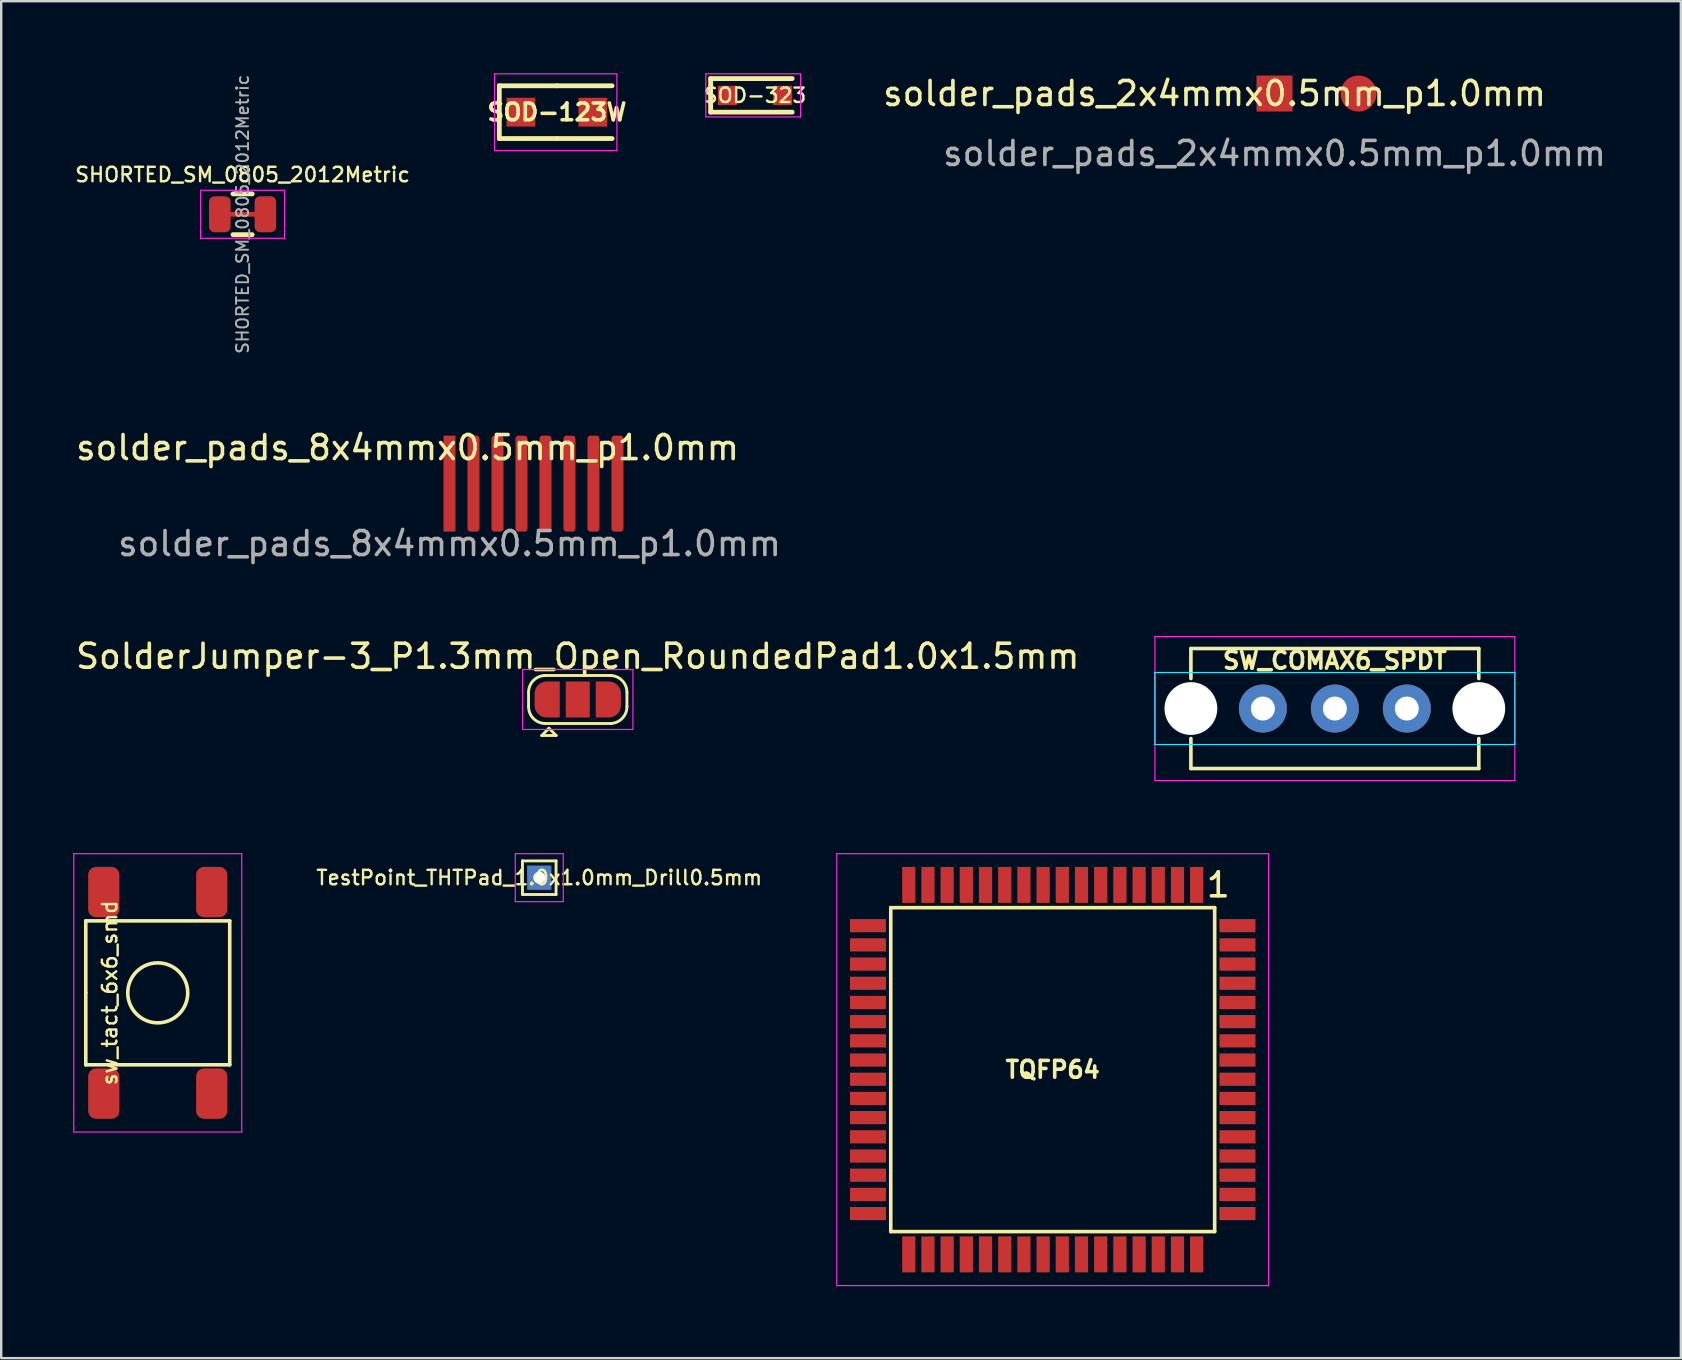
<source format=kicad_pcb>
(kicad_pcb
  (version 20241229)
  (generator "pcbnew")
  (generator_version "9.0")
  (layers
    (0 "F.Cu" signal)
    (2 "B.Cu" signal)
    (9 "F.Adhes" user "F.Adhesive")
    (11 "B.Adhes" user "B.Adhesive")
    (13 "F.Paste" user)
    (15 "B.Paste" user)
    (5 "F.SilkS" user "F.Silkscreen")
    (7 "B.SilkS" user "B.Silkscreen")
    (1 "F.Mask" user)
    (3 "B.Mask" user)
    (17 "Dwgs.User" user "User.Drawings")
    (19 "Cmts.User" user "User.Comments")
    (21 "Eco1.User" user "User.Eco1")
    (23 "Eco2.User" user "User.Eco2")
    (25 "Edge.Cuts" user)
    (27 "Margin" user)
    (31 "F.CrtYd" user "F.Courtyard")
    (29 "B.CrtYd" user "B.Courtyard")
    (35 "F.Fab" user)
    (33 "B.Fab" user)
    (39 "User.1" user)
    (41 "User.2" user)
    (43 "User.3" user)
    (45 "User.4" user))
  (footprint "SOD-323"
    (layer "F.Cu")
    (at 28.418 0.925)
    (property "Reference" "SOD-323" (at 0 0 0) (layer "F.SilkS") (effects (font (size 0.6 0.6) (thickness 0.1))))
    (attr smd)
    (fp_line (start -1.85 -0.7) (end -1.85 0.7) (stroke (width 0.2) (type solid)) (layer "F.SilkS"))
    (fp_line (start -1.85 -0.7) (end 1.55 -0.7) (stroke (width 0.2) (type solid)) (layer "F.SilkS"))
    (fp_line (start -1.85 0.7) (end 1.55 0.7) (stroke (width 0.2) (type solid)) (layer "F.SilkS"))
    (fp_line (start -2.05 -0.9) (end -2.05 0.9) (stroke (width 0.05) (type solid)) (layer "F.CrtYd"))
    (fp_line (start -2.05 -0.9) (end 1.9 -0.9) (stroke (width 0.05) (type solid)) (layer "F.CrtYd"))
    (fp_line (start -2.05 0.9) (end 1.9 0.9) (stroke (width 0.05) (type solid)) (layer "F.CrtYd"))
    (fp_line (start 1.9 -0.9) (end 1.9 0.9) (stroke (width 0.05) (type solid)) (layer "F.CrtYd"))
    (pad "1" smd rect (at -1.15 0) (size 0.8 0.8) (layers "F.Cu" "F.Mask"))
    (pad "2" smd rect (at 1.15 0) (size 0.8 0.8) (layers "F.Cu" "F.Mask")))
  (footprint "SW_COMAX6_SPDT"
    (layer "F.Cu")
    (at 52.585 26.481)
    (property "Reference" "SW_COMAX6_SPDT" (at 0 -2 0) (layer "F.SilkS") (effects (font (size 0.7 0.7) (thickness 0.15))))
    (attr through_hole)
    (fp_line (start -6 -2.5) (end -6 -1.25) (stroke (width 0.15) (type solid)) (layer "F.SilkS"))
    (fp_line (start -6 -2.5) (end 6 -2.5) (stroke (width 0.15) (type solid)) (layer "F.SilkS"))
    (fp_line (start -6 2.5) (end -6 1.25) (stroke (width 0.15) (type solid)) (layer "F.SilkS"))
    (fp_line (start 6 -2.5) (end 6 -1.25) (stroke (width 0.15) (type solid)) (layer "F.SilkS"))
    (fp_line (start 6 2.5) (end -6 2.5) (stroke (width 0.15) (type solid)) (layer "F.SilkS"))
    (fp_line (start 6 2.5) (end 6 1.25) (stroke (width 0.15) (type solid)) (layer "F.SilkS"))
    (fp_line (start -7.5 -1.5) (end -7.5 1.5) (stroke (width 0.05) (type solid)) (layer "B.CrtYd"))
    (fp_line (start -7.5 -1.5) (end 7.5 -1.5) (stroke (width 0.05) (type solid)) (layer "B.CrtYd"))
    (fp_line (start -7.5 1.5) (end 7.5 1.5) (stroke (width 0.05) (type solid)) (layer "B.CrtYd"))
    (fp_line (start 7.5 -1.5) (end 7.5 1.5) (stroke (width 0.05) (type solid)) (layer "B.CrtYd"))
    (fp_line (start -7.5 -3) (end -7.5 3) (stroke (width 0.05) (type solid)) (layer "F.CrtYd"))
    (fp_line (start -7.5 -3) (end 7.5 -3) (stroke (width 0.05) (type solid)) (layer "F.CrtYd"))
    (fp_line (start -7.5 3) (end 7.5 3) (stroke (width 0.05) (type solid)) (layer "F.CrtYd"))
    (fp_line (start 7.5 -3) (end 7.5 3) (stroke (width 0.05) (type solid)) (layer "F.CrtYd"))
    (pad "" np_thru_hole circle (at -6 0) (size 2.2 2.2) (drill 2.2) (layers "*.Cu" "*.Mask"))
    (pad "" np_thru_hole circle (at 6 0) (size 2.2 2.2) (drill 2.2) (layers "*.Cu" "*.Mask"))
    (pad "1" thru_hole circle (at -3 0) (size 2 2) (drill 1) (layers "*.Cu" "*.Mask"))
    (pad "2" thru_hole circle (at 0 0) (size 2 2) (drill 1) (layers "*.Cu" "*.Mask"))
    (pad "3" thru_hole circle (at 3 0) (size 2 2) (drill 1) (layers "*.Cu" "*.Mask")))
  (footprint "solder_pads_8x4mmx0.5mm_p1.0mm"
    (layer "F.Cu")
    (at 15.685 17.107)
    (property "Reference" "solder_pads_8x4mmx0.5mm_p1.0mm" (at -1.75 -1.5 0) (unlocked yes) (layer "F.SilkS") (effects (font (size 1 1) (thickness 0.15))))
    (attr smd)
    (fp_text user "${REFERENCE}" (at 0 2.5 0) (unlocked yes) (layer "F.Fab") (effects (font (size 1 1) (thickness 0.15))))
    (pad "1" smd rect (at 0 0 90) (size 4 0.5) (layers "F.Cu" "F.Mask" "F.Paste"))
    (pad "2" smd roundrect (at 1 0 90) (size 4 0.5) (layers "F.Cu" "F.Mask" "F.Paste") (roundrect_rratio 0.25))
    (pad "3" smd roundrect (at 2 0 90) (size 4 0.5) (layers "F.Cu" "F.Mask" "F.Paste") (roundrect_rratio 0.25))
    (pad "4" smd roundrect (at 3 0 90) (size 4 0.5) (layers "F.Cu" "F.Mask" "F.Paste") (roundrect_rratio 0.25))
    (pad "5" smd roundrect (at 4 0 90) (size 4 0.5) (layers "F.Cu" "F.Mask" "F.Paste") (roundrect_rratio 0.25))
    (pad "6" smd roundrect (at 5 0 90) (size 4 0.5) (layers "F.Cu" "F.Mask" "F.Paste") (roundrect_rratio 0.25))
    (pad "7" smd roundrect (at 6 0 90) (size 4 0.5) (layers "F.Cu" "F.Mask" "F.Paste") (roundrect_rratio 0.25))
    (pad "8" smd roundrect (at 7 0 90) (size 4 0.5) (layers "F.Cu" "F.Mask" "F.Paste") (roundrect_rratio 0.25)))
  (footprint "SOD-123W"
    (layer "F.Cu")
    (at 20.161 1.625)
    (property "Reference" "SOD-123W" (at 0 0 0) (layer "F.SilkS") (effects (font (size 0.7 0.7) (thickness 0.15))))
    (attr smd)
    (fp_line (start -2.4 -1.1) (end -2.4 1.1) (stroke (width 0.2) (type solid)) (layer "F.SilkS"))
    (fp_line (start -2.4 -1.1) (end 0 -1.1) (stroke (width 0.2) (type solid)) (layer "F.SilkS"))
    (fp_line (start -2.4 1.1) (end 0 1.1) (stroke (width 0.2) (type solid)) (layer "F.SilkS"))
    (fp_line (start 0 -1.1) (end 2.3 -1.1) (stroke (width 0.2) (type solid)) (layer "F.SilkS"))
    (fp_line (start 0 1.1) (end 2.3 1.1) (stroke (width 0.2) (type solid)) (layer "F.SilkS"))
    (fp_line (start -2.6 -1.6) (end -2.6 1.6) (stroke (width 0.05) (type solid)) (layer "F.CrtYd"))
    (fp_line (start -2.6 -1.6) (end 2.5 -1.6) (stroke (width 0.05) (type solid)) (layer "F.CrtYd"))
    (fp_line (start -2.6 1.6) (end 2.5 1.6) (stroke (width 0.05) (type solid)) (layer "F.CrtYd"))
    (fp_line (start 2.5 -1.6) (end 2.5 1.6) (stroke (width 0.05) (type solid)) (layer "F.CrtYd"))
    (pad "1" smd rect (at -1.5 0) (size 1.2 1.2) (layers "F.Cu" "F.Mask"))
    (pad "2" smd rect (at 1.5 0) (size 1.2 1.2) (layers "F.Cu" "F.Mask")))
  (footprint "solder_pads_2x4mmx0.5mm_p1.0mm"
    (layer "F.Cu")
    (at 50.071 0.848)
    (property "Reference" "solder_pads_2x4mmx0.5mm_p1.0mm" (at -2.5 0 0) (unlocked yes) (layer "F.SilkS") (effects (font (size 1 1) (thickness 0.15))))
    (attr smd)
    (fp_text user "${REFERENCE}" (at 0 2.5 0) (unlocked yes) (layer "F.Fab") (effects (font (size 1 1) (thickness 0.15))))
    (pad "1" smd rect (at 0 0 90) (size 1.5 1.5) (layers "F.Cu" "F.Mask" "F.Paste"))
    (pad "2" smd circle (at 3.5 0 90) (size 1.5 1.5) (layers "F.Cu" "F.Mask" "F.Paste")))
  (footprint "SHORTED_SM_0805_2012Metric"
    (layer "F.Cu")
    (at 7.061 5.88)
    (property "Reference" "SHORTED_SM_0805_2012Metric" (at 0 -1.65 0) (layer "F.SilkS") (effects (font (size 0.6 0.6) (thickness 0.1))))
    (attr smd)
    (fp_line (start 1 0) (end -1 0) (stroke (width 0.2) (type solid)) (layer "F.Cu"))
    (fp_line (start -0.4 -0.85) (end 0.4 -0.85) (stroke (width 0.2) (type solid)) (layer "F.SilkS"))
    (fp_line (start -0.4 0.85) (end 0.4 0.85) (stroke (width 0.2) (type solid)) (layer "F.SilkS"))
    (fp_line (start -1.75 -1) (end 1.75 -1) (stroke (width 0.05) (type solid)) (layer "F.CrtYd"))
    (fp_line (start -1.75 1) (end -1.75 -1) (stroke (width 0.05) (type solid)) (layer "F.CrtYd"))
    (fp_line (start 1.75 -1) (end 1.75 1) (stroke (width 0.05) (type solid)) (layer "F.CrtYd"))
    (fp_line (start 1.75 1) (end -1.75 1) (stroke (width 0.05) (type solid)) (layer "F.CrtYd"))
    (fp_text user "${REFERENCE}" (at 0 0 90) (layer "F.Fab") (effects (font (size 0.5 0.5) (thickness 0.08))))
    (pad "1" smd roundrect (at -0.95 0) (size 0.9 1.5) (layers "F.Cu" "F.Mask" "F.Paste") (roundrect_rratio 0.25))
    (pad "2" smd roundrect (at 0.95 0) (size 0.9 1.5) (layers "F.Cu" "F.Mask" "F.Paste") (roundrect_rratio 0.25)))
  (footprint "TQFP64"
    (layer "F.Cu")
    (at 40.826 41.531)
    (property "Reference" "TQFP64" (at 0 0 0) (layer "F.SilkS") (effects (font (size 0.7 0.7) (thickness 0.15))))
    (attr through_hole)
    (fp_line (start -6.75 -6.75) (end -6.75 6.75) (stroke (width 0.15) (type solid)) (layer "F.SilkS"))
    (fp_line (start -6.75 6.75) (end 6.75 6.75) (stroke (width 0.15) (type solid)) (layer "F.SilkS"))
    (fp_line (start 6.75 -6.75) (end -6.75 -6.75) (stroke (width 0.15) (type solid)) (layer "F.SilkS"))
    (fp_line (start 6.75 6.75) (end 6.75 -6.75) (stroke (width 0.15) (type solid)) (layer "F.SilkS"))
    (fp_line (start -9 -9) (end 9 -9) (stroke (width 0.05) (type solid)) (layer "F.CrtYd"))
    (fp_line (start -9 9) (end -9 -9) (stroke (width 0.05) (type solid)) (layer "F.CrtYd"))
    (fp_line (start 9 -9) (end 9 9) (stroke (width 0.05) (type solid)) (layer "F.CrtYd"))
    (fp_line (start 9 9) (end -9 9) (stroke (width 0.05) (type solid)) (layer "F.CrtYd"))
    (fp_text user "1" (at 6.9 -7.7 180) (layer "F.SilkS") (effects (font (size 1 1) (thickness 0.15))))
    (pad "1" smd rect (at 6 -7.7) (size 0.55 1.5) (layers "F.Cu" "F.Mask"))
    (pad "2" smd rect (at 5.2 -7.7) (size 0.55 1.5) (layers "F.Cu" "F.Mask"))
    (pad "3" smd rect (at 4.4 -7.7) (size 0.55 1.5) (layers "F.Cu" "F.Mask"))
    (pad "4" smd rect (at 3.6 -7.7) (size 0.55 1.5) (layers "F.Cu" "F.Mask"))
    (pad "5" smd rect (at 2.8 -7.7) (size 0.55 1.5) (layers "F.Cu" "F.Mask"))
    (pad "6" smd rect (at 2 -7.7) (size 0.55 1.5) (layers "F.Cu" "F.Mask"))
    (pad "7" smd rect (at 1.2 -7.7) (size 0.55 1.5) (layers "F.Cu" "F.Mask"))
    (pad "8" smd rect (at 0.4 -7.7) (size 0.55 1.5) (layers "F.Cu" "F.Mask"))
    (pad "9" smd rect (at -0.4 -7.7) (size 0.55 1.5) (layers "F.Cu" "F.Mask"))
    (pad "10" smd rect (at -1.2 -7.7) (size 0.55 1.5) (layers "F.Cu" "F.Mask"))
    (pad "11" smd rect (at -2 -7.7) (size 0.55 1.5) (layers "F.Cu" "F.Mask"))
    (pad "12" smd rect (at -2.8 -7.7) (size 0.55 1.5) (layers "F.Cu" "F.Mask"))
    (pad "13" smd rect (at -3.6 -7.7) (size 0.55 1.5) (layers "F.Cu" "F.Mask"))
    (pad "14" smd rect (at -4.4 -7.7) (size 0.55 1.5) (layers "F.Cu" "F.Mask"))
    (pad "15" smd rect (at -5.2 -7.7) (size 0.55 1.5) (layers "F.Cu" "F.Mask"))
    (pad "16" smd rect (at -6 -7.7) (size 0.55 1.5) (layers "F.Cu" "F.Mask"))
    (pad "17" smd rect (at -7.7 -6 270) (size 0.55 1.5) (layers "F.Cu" "F.Mask"))
    (pad "18" smd rect (at -7.7 -5.2 270) (size 0.55 1.5) (layers "F.Cu" "F.Mask"))
    (pad "19" smd rect (at -7.7 -4.4 270) (size 0.55 1.5) (layers "F.Cu" "F.Mask"))
    (pad "20" smd rect (at -7.7 -3.6 270) (size 0.55 1.5) (layers "F.Cu" "F.Mask"))
    (pad "21" smd rect (at -7.7 -2.8 270) (size 0.55 1.5) (layers "F.Cu" "F.Mask"))
    (pad "22" smd rect (at -7.7 -2 270) (size 0.55 1.5) (layers "F.Cu" "F.Mask"))
    (pad "23" smd rect (at -7.7 -1.2 270) (size 0.55 1.5) (layers "F.Cu" "F.Mask"))
    (pad "24" smd rect (at -7.7 -0.4 270) (size 0.55 1.5) (layers "F.Cu" "F.Mask"))
    (pad "25" smd rect (at -7.7 0.4 270) (size 0.55 1.5) (layers "F.Cu" "F.Mask"))
    (pad "26" smd rect (at -7.7 1.2 270) (size 0.55 1.5) (layers "F.Cu" "F.Mask"))
    (pad "27" smd rect (at -7.7 2 270) (size 0.55 1.5) (layers "F.Cu" "F.Mask"))
    (pad "28" smd rect (at -7.7 2.8 270) (size 0.55 1.5) (layers "F.Cu" "F.Mask"))
    (pad "29" smd rect (at -7.7 3.6 270) (size 0.55 1.5) (layers "F.Cu" "F.Mask"))
    (pad "30" smd rect (at -7.7 4.4 270) (size 0.55 1.5) (layers "F.Cu" "F.Mask"))
    (pad "31" smd rect (at -7.7 5.2 270) (size 0.55 1.5) (layers "F.Cu" "F.Mask"))
    (pad "32" smd rect (at -7.7 6 270) (size 0.55 1.5) (layers "F.Cu" "F.Mask"))
    (pad "33" smd rect (at -6 7.7 180) (size 0.55 1.5) (layers "F.Cu" "F.Mask"))
    (pad "34" smd rect (at -5.2 7.7 180) (size 0.55 1.5) (layers "F.Cu" "F.Mask"))
    (pad "35" smd rect (at -4.4 7.7 180) (size 0.55 1.5) (layers "F.Cu" "F.Mask"))
    (pad "36" smd rect (at -3.6 7.7 180) (size 0.55 1.5) (layers "F.Cu" "F.Mask"))
    (pad "37" smd rect (at -2.8 7.7 180) (size 0.55 1.5) (layers "F.Cu" "F.Mask"))
    (pad "38" smd rect (at -2 7.7 180) (size 0.55 1.5) (layers "F.Cu" "F.Mask"))
    (pad "39" smd rect (at -1.2 7.7 180) (size 0.55 1.5) (layers "F.Cu" "F.Mask"))
    (pad "40" smd rect (at -0.4 7.7 180) (size 0.55 1.5) (layers "F.Cu" "F.Mask"))
    (pad "41" smd rect (at 0.4 7.7 180) (size 0.55 1.5) (layers "F.Cu" "F.Mask"))
    (pad "42" smd rect (at 1.2 7.7 180) (size 0.55 1.5) (layers "F.Cu" "F.Mask"))
    (pad "43" smd rect (at 2 7.7 180) (size 0.55 1.5) (layers "F.Cu" "F.Mask"))
    (pad "44" smd rect (at 2.8 7.7 180) (size 0.55 1.5) (layers "F.Cu" "F.Mask"))
    (pad "45" smd rect (at 3.6 7.7 180) (size 0.55 1.5) (layers "F.Cu" "F.Mask"))
    (pad "46" smd rect (at 4.4 7.7 180) (size 0.55 1.5) (layers "F.Cu" "F.Mask"))
    (pad "47" smd rect (at 5.2 7.7 180) (size 0.55 1.5) (layers "F.Cu" "F.Mask"))
    (pad "48" smd rect (at 6 7.7 180) (size 0.55 1.5) (layers "F.Cu" "F.Mask"))
    (pad "49" smd rect (at 7.7 6 270) (size 0.55 1.5) (layers "F.Cu" "F.Mask"))
    (pad "50" smd rect (at 7.7 5.2 270) (size 0.55 1.5) (layers "F.Cu" "F.Mask"))
    (pad "51" smd rect (at 7.7 4.4 270) (size 0.55 1.5) (layers "F.Cu" "F.Mask"))
    (pad "52" smd rect (at 7.7 3.6 270) (size 0.55 1.5) (layers "F.Cu" "F.Mask"))
    (pad "53" smd rect (at 7.7 2.8 270) (size 0.55 1.5) (layers "F.Cu" "F.Mask"))
    (pad "54" smd rect (at 7.7 2 270) (size 0.55 1.5) (layers "F.Cu" "F.Mask"))
    (pad "55" smd rect (at 7.7 1.2 270) (size 0.55 1.5) (layers "F.Cu" "F.Mask"))
    (pad "56" smd rect (at 7.7 0.4 270) (size 0.55 1.5) (layers "F.Cu" "F.Mask"))
    (pad "57" smd rect (at 7.7 -0.4 270) (size 0.55 1.5) (layers "F.Cu" "F.Mask"))
    (pad "58" smd rect (at 7.7 -1.2 270) (size 0.55 1.5) (layers "F.Cu" "F.Mask"))
    (pad "59" smd rect (at 7.7 -2 270) (size 0.55 1.5) (layers "F.Cu" "F.Mask"))
    (pad "60" smd rect (at 7.7 -2.8 270) (size 0.55 1.5) (layers "F.Cu" "F.Mask"))
    (pad "61" smd rect (at 7.7 -3.6 270) (size 0.55 1.5) (layers "F.Cu" "F.Mask"))
    (pad "62" smd rect (at 7.7 -4.4 270) (size 0.55 1.5) (layers "F.Cu" "F.Mask"))
    (pad "63" smd rect (at 7.7 -5.2 270) (size 0.55 1.5) (layers "F.Cu" "F.Mask"))
    (pad "64" smd rect (at 7.7 -6 270) (size 0.55 1.5) (layers "F.Cu" "F.Mask")))
  (footprint "TestPoint_THTPad_1.0x1.0mm_Drill0.5mm"
    (layer "F.Cu")
    (at 19.426 33.531)
    (property "Reference" "TestPoint_THTPad_1.0x1.0mm_Drill0.5mm" (at 0 0 0) (layer "F.SilkS") (effects (font (size 0.6 0.6) (thickness 0.1))))
    (attr exclude_from_pos_files exclude_from_bom)
    (fp_line (start -0.7 -0.7) (end 0.7 -0.7) (stroke (width 0.12) (type solid)) (layer "F.SilkS"))
    (fp_line (start -0.7 0.7) (end -0.7 -0.7) (stroke (width 0.12) (type solid)) (layer "F.SilkS"))
    (fp_line (start 0.7 -0.7) (end 0.7 0.7) (stroke (width 0.12) (type solid)) (layer "F.SilkS"))
    (fp_line (start 0.7 0.7) (end -0.7 0.7) (stroke (width 0.12) (type solid)) (layer "F.SilkS"))
    (fp_line (start -1 -1) (end -1 1) (stroke (width 0.05) (type solid)) (layer "F.CrtYd"))
    (fp_line (start -1 -1) (end 1 -1) (stroke (width 0.05) (type solid)) (layer "F.CrtYd"))
    (fp_line (start 1 1) (end -1 1) (stroke (width 0.05) (type solid)) (layer "F.CrtYd"))
    (fp_line (start 1 1) (end 1 -1) (stroke (width 0.05) (type solid)) (layer "F.CrtYd"))
    (pad "1" thru_hole rect (at 0 0) (size 1 1) (drill 0.5) (layers "*.Cu" "*.Mask")))
  (footprint "SolderJumper-3_P1.3mm_Open_RoundedPad1.0x1.5mm"
    (layer "F.Cu")
    (at 21.03 26.104)
    (property "Reference" "SolderJumper-3_P1.3mm_Open_RoundedPad1.0x1.5mm" (at 0 -1.8 0) (layer "F.SilkS") (effects (font (size 1 1) (thickness 0.15))))
    (attr exclude_from_pos_files exclude_from_bom)
    (fp_line (start -2.05 0.3) (end -2.05 -0.3) (stroke (width 0.12) (type solid)) (layer "F.SilkS"))
    (fp_line (start -1.5 1.5) (end -0.9 1.5) (stroke (width 0.12) (type solid)) (layer "F.SilkS"))
    (fp_line (start -1.4 -1) (end 1.4 -1) (stroke (width 0.12) (type solid)) (layer "F.SilkS"))
    (fp_line (start -1.2 1.2) (end -1.5 1.5) (stroke (width 0.12) (type solid)) (layer "F.SilkS"))
    (fp_line (start -1.2 1.2) (end -0.9 1.5) (stroke (width 0.12) (type solid)) (layer "F.SilkS"))
    (fp_line (start 1.4 1) (end -1.4 1) (stroke (width 0.12) (type solid)) (layer "F.SilkS"))
    (fp_line (start 2.05 -0.3) (end 2.05 0.3) (stroke (width 0.12) (type solid)) (layer "F.SilkS"))
    (fp_arc (start -2.05 -0.3) (mid -1.844975 -0.794975) (end -1.35 -1) (stroke (width 0.12) (type solid)) (layer "F.SilkS"))
    (fp_arc (start -1.35 1) (mid -1.844975 0.794975) (end -2.05 0.3) (stroke (width 0.12) (type solid)) (layer "F.SilkS"))
    (fp_arc (start 1.35 -1) (mid 1.844975 -0.794975) (end 2.05 -0.3) (stroke (width 0.12) (type solid)) (layer "F.SilkS"))
    (fp_arc (start 2.05 0.3) (mid 1.844975 0.794975) (end 1.35 1) (stroke (width 0.12) (type solid)) (layer "F.SilkS"))
    (fp_line (start -2.3 -1.25) (end -2.3 1.25) (stroke (width 0.05) (type solid)) (layer "F.CrtYd"))
    (fp_line (start -2.3 -1.25) (end 2.3 -1.25) (stroke (width 0.05) (type solid)) (layer "F.CrtYd"))
    (fp_line (start 2.3 1.25) (end -2.3 1.25) (stroke (width 0.05) (type solid)) (layer "F.CrtYd"))
    (fp_line (start 2.3 1.25) (end 2.3 -1.25) (stroke (width 0.05) (type solid)) (layer "F.CrtYd"))
    (pad "1" smd custom (at -1.3 0) (size 1 0.5) (layers "F.Cu" "F.Mask") (options (anchor rect)) (primitives (gr_circle (center 0 0.25) (end 0.5 0.25) (width 0) (fill yes)) (gr_circle (center 0 -0.25) (end 0.5 -0.25) (width 0) (fill yes)) (gr_poly (pts (xy 0.55 -0.75) (xy 0 -0.75) (xy 0 0.75) (xy 0.55 0.75)) (width 0) (fill yes))))
    (pad "2" smd rect (at 0 0) (size 1 1.5) (layers "F.Cu" "F.Mask"))
    (pad "3" smd custom (at 1.3 0) (size 1 0.5) (layers "F.Cu" "F.Mask") (options (anchor rect)) (primitives (gr_circle (center 0 0.25) (end 0.5 0.25) (width 0) (fill yes)) (gr_circle (center 0 -0.25) (end 0.5 -0.25) (width 0) (fill yes)) (gr_poly (pts (xy -0.55 -0.75) (xy 0 -0.75) (xy 0 0.75) (xy -0.55 0.75)) (width 0) (fill yes)))))
  (footprint "sw_tact_6x6_smd"
    (layer "F.Cu")
    (at 3.525 38.331)
    (property "Reference" "sw_tact_6x6_smd" (at -2 0 270) (layer "F.SilkS") (effects (font (size 0.6 0.6) (thickness 0.1))))
    (attr through_hole)
    (fp_line (start -3 -3) (end 3 -3) (stroke (width 0.15) (type solid)) (layer "F.SilkS"))
    (fp_line (start -3 0) (end -3 -3) (stroke (width 0.15) (type solid)) (layer "F.SilkS"))
    (fp_line (start -3 3) (end -3 0) (stroke (width 0.15) (type solid)) (layer "F.SilkS"))
    (fp_line (start 3 -3) (end 3 3) (stroke (width 0.15) (type solid)) (layer "F.SilkS"))
    (fp_line (start 3 3) (end -3 3) (stroke (width 0.15) (type solid)) (layer "F.SilkS"))
    (fp_circle (center 0 0) (end 1.25 0) (stroke (width 0.15) (type solid)) (fill no) (layer "F.SilkS"))
    (fp_line (start -3.5 -5.8) (end -3.5 5.8) (stroke (width 0.05) (type solid)) (layer "F.CrtYd"))
    (fp_line (start -3.5 -5.8) (end 3.5 -5.8) (stroke (width 0.05) (type solid)) (layer "F.CrtYd"))
    (fp_line (start -3.5 5.8) (end 3.5 5.8) (stroke (width 0.05) (type solid)) (layer "F.CrtYd"))
    (fp_line (start 3.5 -5.8) (end 3.5 5.8) (stroke (width 0.05) (type solid)) (layer "F.CrtYd"))
    (pad "1" smd roundrect (at -2.25 -4.2) (size 1.3 2.1) (layers "F.Cu" "F.Mask") (roundrect_rratio 0.25))
    (pad "1" smd roundrect (at -2.25 4.2) (size 1.3 2.1) (layers "F.Cu" "F.Mask") (roundrect_rratio 0.25))
    (pad "2" smd roundrect (at 2.25 -4.2) (size 1.3 2.1) (layers "F.Cu" "F.Mask") (roundrect_rratio 0.25))
    (pad "2" smd roundrect (at 2.25 4.2) (size 1.3 2.1) (layers "F.Cu" "F.Mask") (roundrect_rratio 0.25)))
  (gr_rect
    (start -3 -3)
    (end 67.006 53.556)
    (stroke (width 0.1) (type default))
    (fill no)
    (layer "Edge.Cuts")))
</source>
